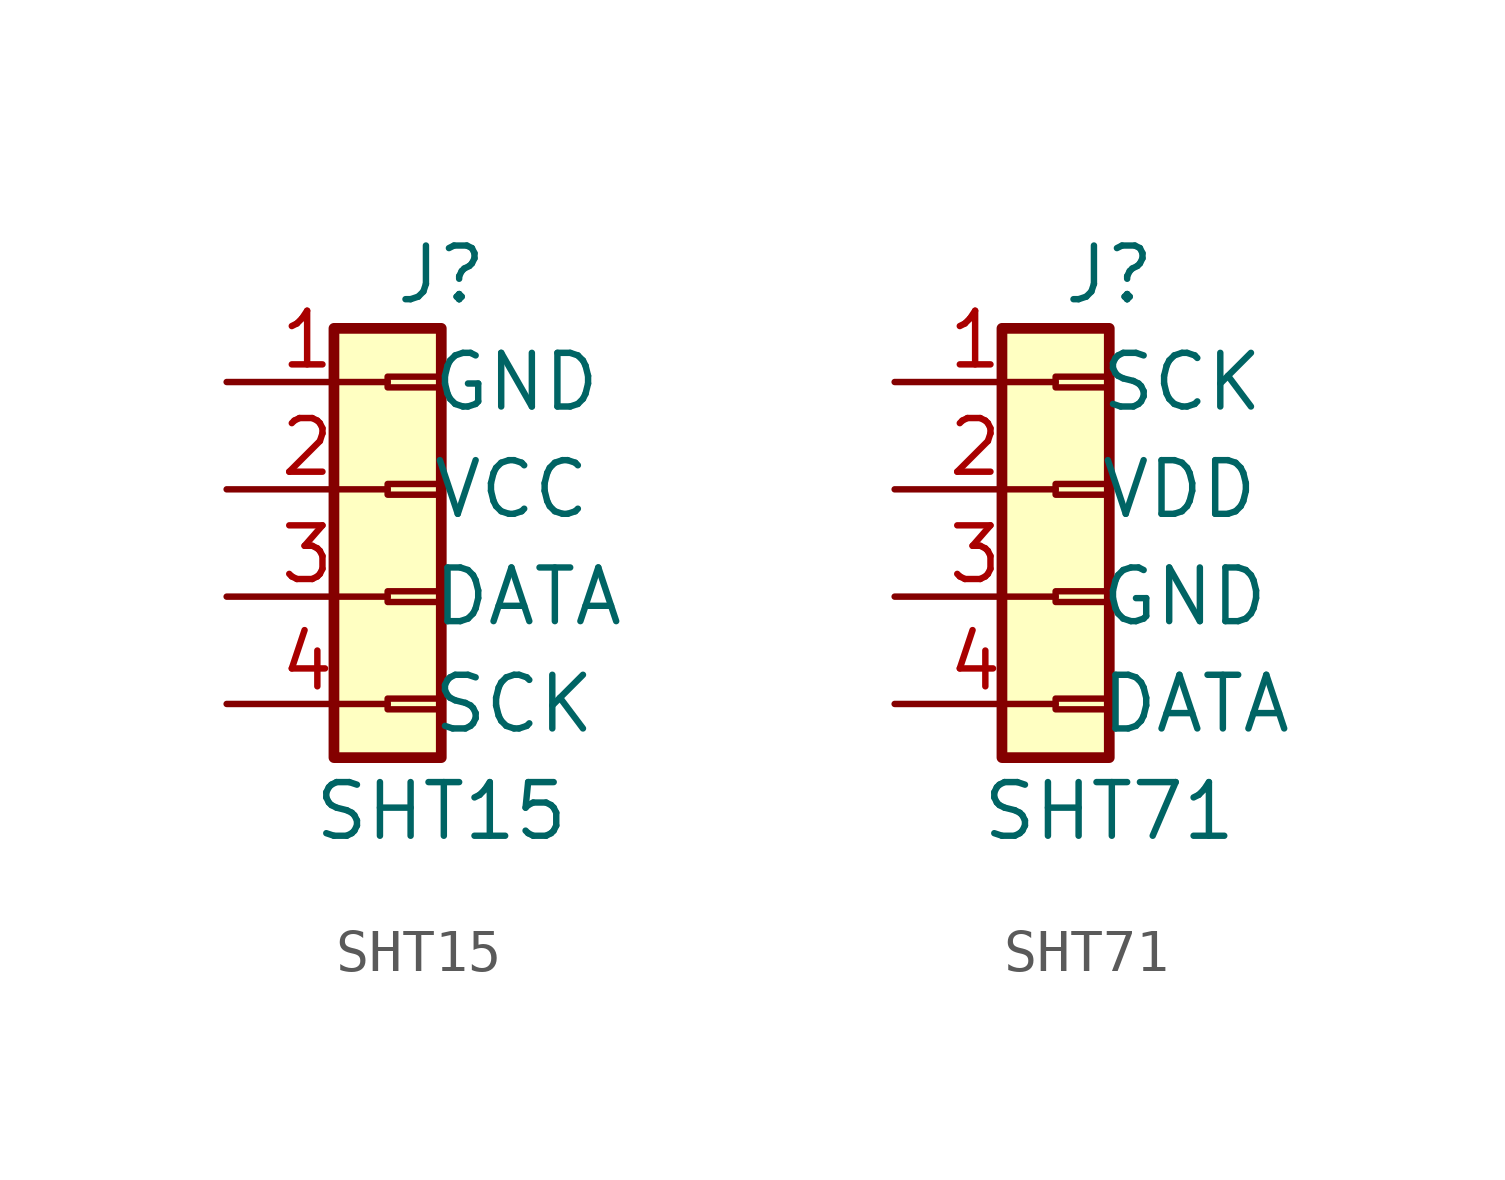
<source format=kicad_sym>
(kicad_symbol_lib
  (version 20211014)
  (generator kicad_symbol_editor)
  (symbol "SHT15"
    (pin_names
      (offset 1.016))
    (property "Reference" "J"
      (at 0 5.08 0)
      (effects (font (size 1.27 1.27))))
    (property "Value" "SHT15"
      (at 0 -7.62 0)
      (effects (font (size 1.27 1.27))))
    (symbol "SHT15_1_1"
      (rectangle (start -2.54 3.81) (end 0 -6.35) (stroke (width 0.254) (type default) (color 0 0 0 0)) (fill (type background)))
      (rectangle (start -1.27 -4.953) (end 0 -5.207) (stroke (width 0.152) (type default) (color 0 0 0 0)) (fill (type none)))
      (rectangle (start -1.27 -2.413) (end 0 -2.667) (stroke (width 0.152) (type default) (color 0 0 0 0)) (fill (type none)))
      (rectangle (start -1.27 0.127) (end 0 -0.127) (stroke (width 0.152) (type default) (color 0 0 0 0)) (fill (type none)))
      (rectangle (start -1.27 2.667) (end 0 2.413) (stroke (width 0.152) (type default) (color 0 0 0 0)) (fill (type none)))
      (pin passive line (at -5.08 2.54 0) (length 3.81) (name "GND" (effects (font (size 1.27 1.27)))) (number "1" (effects (font (size 1.27 1.27)))))
      (pin passive line (at -5.08 0 0) (length 3.81) (name "VCC" (effects (font (size 1.27 1.27)))) (number "2" (effects (font (size 1.27 1.27)))))
      (pin passive line (at -5.08 -2.54 0) (length 3.81) (name "DATA" (effects (font (size 1.27 1.27)))) (number "3" (effects (font (size 1.27 1.27)))))
      (pin passive line (at -5.08 -5.08 0) (length 3.81) (name "SCK" (effects (font (size 1.27 1.27)))) (number "4" (effects (font (size 1.27 1.27)))))))
  (symbol "SHT71"
    (pin_names
      (offset 1.016))
    (property "Reference" "J"
      (at 0 5.08 0)
      (effects (font (size 1.27 1.27))))
    (property "Value" "SHT71"
      (at 0 -7.62 0)
      (effects (font (size 1.27 1.27))))
    (symbol "SHT71_1_1"
      (rectangle (start -2.54 3.81) (end 0 -6.35) (stroke (width 0.254) (type default) (color 0 0 0 0)) (fill (type background)))
      (rectangle (start -1.27 -4.953) (end 0 -5.207) (stroke (width 0.152) (type default) (color 0 0 0 0)) (fill (type none)))
      (rectangle (start -1.27 -2.413) (end 0 -2.667) (stroke (width 0.152) (type default) (color 0 0 0 0)) (fill (type none)))
      (rectangle (start -1.27 0.127) (end 0 -0.127) (stroke (width 0.152) (type default) (color 0 0 0 0)) (fill (type none)))
      (rectangle (start -1.27 2.667) (end 0 2.413) (stroke (width 0.152) (type default) (color 0 0 0 0)) (fill (type none)))
      (pin passive line (at -5.08 2.54 0) (length 3.81) (name "SCK" (effects (font (size 1.27 1.27)))) (number "1" (effects (font (size 1.27 1.27)))))
      (pin passive line (at -5.08 0 0) (length 3.81) (name "VDD" (effects (font (size 1.27 1.27)))) (number "2" (effects (font (size 1.27 1.27)))))
      (pin passive line (at -5.08 -2.54 0) (length 3.81) (name "GND" (effects (font (size 1.27 1.27)))) (number "3" (effects (font (size 1.27 1.27)))))
      (pin passive line (at -5.08 -5.08 0) (length 3.81) (name "DATA" (effects (font (size 1.27 1.27)))) (number "4" (effects (font (size 1.27 1.27))))))))
</source>
